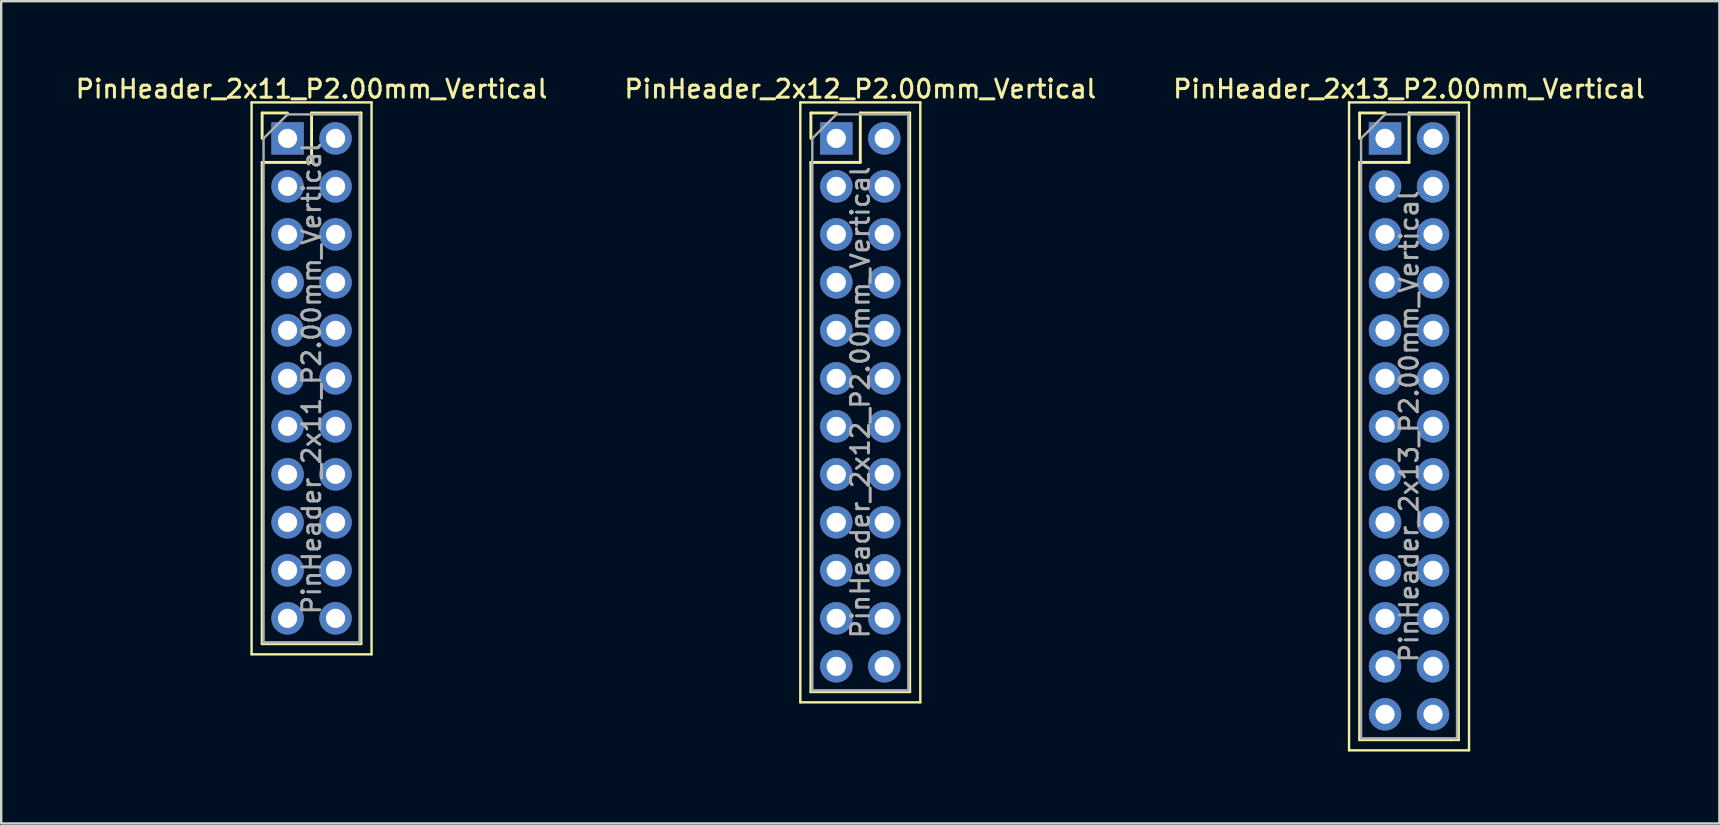
<source format=kicad_pcb>
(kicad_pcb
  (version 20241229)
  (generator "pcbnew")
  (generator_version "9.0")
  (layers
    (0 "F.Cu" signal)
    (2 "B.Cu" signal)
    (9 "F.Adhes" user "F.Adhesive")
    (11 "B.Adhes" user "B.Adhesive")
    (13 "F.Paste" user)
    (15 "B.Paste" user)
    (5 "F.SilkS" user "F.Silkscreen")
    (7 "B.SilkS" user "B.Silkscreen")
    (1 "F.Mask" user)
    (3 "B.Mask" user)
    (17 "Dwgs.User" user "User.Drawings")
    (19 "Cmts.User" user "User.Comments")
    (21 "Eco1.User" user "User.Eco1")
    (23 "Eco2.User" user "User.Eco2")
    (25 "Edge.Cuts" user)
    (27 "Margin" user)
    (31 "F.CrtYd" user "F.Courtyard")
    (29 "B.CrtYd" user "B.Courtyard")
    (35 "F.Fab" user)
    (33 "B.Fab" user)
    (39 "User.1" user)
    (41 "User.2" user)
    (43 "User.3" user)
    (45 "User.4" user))
  (footprint "PinHeader_2x12_P2.00mm_Vertical"
    (layer "F.Cu")
    (at 31.802 2.718)
    (property "Reference" "PinHeader_2x12_P2.00mm_Vertical" (at 1 -2.06 0) (layer "F.SilkS") (effects (font (size 0.75 0.75) (thickness 0.125))))
    (attr through_hole)
    (fp_line (start -1.5 -1.5) (end -1.5 23.5) (stroke (width 0.1) (type solid)) (layer "F.SilkS"))
    (fp_line (start -1.5 23.5) (end 3.5 23.5) (stroke (width 0.1) (type solid)) (layer "F.SilkS"))
    (fp_line (start -1.06 -1.06) (end 0 -1.06) (stroke (width 0.12) (type solid)) (layer "F.SilkS"))
    (fp_line (start -1.06 0) (end -1.06 -1.06) (stroke (width 0.12) (type solid)) (layer "F.SilkS"))
    (fp_line (start -1.06 1) (end -1.06 23.06) (stroke (width 0.12) (type solid)) (layer "F.SilkS"))
    (fp_line (start -1.06 1) (end 1 1) (stroke (width 0.12) (type solid)) (layer "F.SilkS"))
    (fp_line (start -1.06 23.06) (end 3.06 23.06) (stroke (width 0.12) (type solid)) (layer "F.SilkS"))
    (fp_line (start 1 -1.06) (end 3.06 -1.06) (stroke (width 0.12) (type solid)) (layer "F.SilkS"))
    (fp_line (start 1 1) (end 1 -1.06) (stroke (width 0.12) (type solid)) (layer "F.SilkS"))
    (fp_line (start 3.06 -1.06) (end 3.06 23.06) (stroke (width 0.12) (type solid)) (layer "F.SilkS"))
    (fp_line (start 3.5 -1.5) (end -1.5 -1.5) (stroke (width 0.1) (type solid)) (layer "F.SilkS"))
    (fp_line (start 3.5 23.5) (end 3.5 -1.5) (stroke (width 0.1) (type solid)) (layer "F.SilkS"))
    (fp_line (start -1 0) (end 0 -1) (stroke (width 0.1) (type solid)) (layer "F.Fab"))
    (fp_line (start -1 23) (end -1 0) (stroke (width 0.1) (type solid)) (layer "F.Fab"))
    (fp_line (start 0 -1) (end 3 -1) (stroke (width 0.1) (type solid)) (layer "F.Fab"))
    (fp_line (start 3 -1) (end 3 23) (stroke (width 0.1) (type solid)) (layer "F.Fab"))
    (fp_line (start 3 23) (end -1 23) (stroke (width 0.1) (type solid)) (layer "F.Fab"))
    (fp_text user "${REFERENCE}" (at 1 11 90) (layer "F.Fab") (effects (font (size 0.75 0.75) (thickness 0.125))))
    (pad "1" thru_hole rect (at 0 0) (size 1.35 1.35) (drill 0.8) (layers "*.Cu" "*.Mask"))
    (pad "2" thru_hole oval (at 2 0) (size 1.35 1.35) (drill 0.8) (layers "*.Cu" "*.Mask"))
    (pad "3" thru_hole oval (at 0 2) (size 1.35 1.35) (drill 0.8) (layers "*.Cu" "*.Mask"))
    (pad "4" thru_hole oval (at 2 2) (size 1.35 1.35) (drill 0.8) (layers "*.Cu" "*.Mask"))
    (pad "5" thru_hole oval (at 0 4) (size 1.35 1.35) (drill 0.8) (layers "*.Cu" "*.Mask"))
    (pad "6" thru_hole oval (at 2 4) (size 1.35 1.35) (drill 0.8) (layers "*.Cu" "*.Mask"))
    (pad "7" thru_hole oval (at 0 6) (size 1.35 1.35) (drill 0.8) (layers "*.Cu" "*.Mask"))
    (pad "8" thru_hole oval (at 2 6) (size 1.35 1.35) (drill 0.8) (layers "*.Cu" "*.Mask"))
    (pad "9" thru_hole oval (at 0 8) (size 1.35 1.35) (drill 0.8) (layers "*.Cu" "*.Mask"))
    (pad "10" thru_hole oval (at 2 8) (size 1.35 1.35) (drill 0.8) (layers "*.Cu" "*.Mask"))
    (pad "11" thru_hole oval (at 0 10) (size 1.35 1.35) (drill 0.8) (layers "*.Cu" "*.Mask"))
    (pad "12" thru_hole oval (at 2 10) (size 1.35 1.35) (drill 0.8) (layers "*.Cu" "*.Mask"))
    (pad "13" thru_hole oval (at 0 12) (size 1.35 1.35) (drill 0.8) (layers "*.Cu" "*.Mask"))
    (pad "14" thru_hole oval (at 2 12) (size 1.35 1.35) (drill 0.8) (layers "*.Cu" "*.Mask"))
    (pad "15" thru_hole oval (at 0 14) (size 1.35 1.35) (drill 0.8) (layers "*.Cu" "*.Mask"))
    (pad "16" thru_hole oval (at 2 14) (size 1.35 1.35) (drill 0.8) (layers "*.Cu" "*.Mask"))
    (pad "17" thru_hole oval (at 0 16) (size 1.35 1.35) (drill 0.8) (layers "*.Cu" "*.Mask"))
    (pad "18" thru_hole oval (at 2 16) (size 1.35 1.35) (drill 0.8) (layers "*.Cu" "*.Mask"))
    (pad "19" thru_hole oval (at 0 18) (size 1.35 1.35) (drill 0.8) (layers "*.Cu" "*.Mask"))
    (pad "20" thru_hole oval (at 2 18) (size 1.35 1.35) (drill 0.8) (layers "*.Cu" "*.Mask"))
    (pad "21" thru_hole oval (at 0 20) (size 1.35 1.35) (drill 0.8) (layers "*.Cu" "*.Mask"))
    (pad "22" thru_hole oval (at 2 20) (size 1.35 1.35) (drill 0.8) (layers "*.Cu" "*.Mask"))
    (pad "23" thru_hole oval (at 0 22) (size 1.35 1.35) (drill 0.8) (layers "*.Cu" "*.Mask"))
    (pad "24" thru_hole oval (at 2 22) (size 1.35 1.35) (drill 0.8) (layers "*.Cu" "*.Mask")))
  (footprint "PinHeader_2x13_P2.00mm_Vertical"
    (layer "F.Cu")
    (at 54.67 2.718)
    (property "Reference" "PinHeader_2x13_P2.00mm_Vertical" (at 1 -2.06 0) (layer "F.SilkS") (effects (font (size 0.75 0.75) (thickness 0.125))))
    (attr through_hole)
    (fp_line (start -1.5 -1.5) (end -1.5 25.5) (stroke (width 0.1) (type solid)) (layer "F.SilkS"))
    (fp_line (start -1.5 25.5) (end 3.5 25.5) (stroke (width 0.1) (type solid)) (layer "F.SilkS"))
    (fp_line (start -1.06 -1.06) (end 0 -1.06) (stroke (width 0.12) (type solid)) (layer "F.SilkS"))
    (fp_line (start -1.06 0) (end -1.06 -1.06) (stroke (width 0.12) (type solid)) (layer "F.SilkS"))
    (fp_line (start -1.06 1) (end -1.06 25.06) (stroke (width 0.12) (type solid)) (layer "F.SilkS"))
    (fp_line (start -1.06 1) (end 1 1) (stroke (width 0.12) (type solid)) (layer "F.SilkS"))
    (fp_line (start -1.06 25.06) (end 3.06 25.06) (stroke (width 0.12) (type solid)) (layer "F.SilkS"))
    (fp_line (start 1 -1.06) (end 3.06 -1.06) (stroke (width 0.12) (type solid)) (layer "F.SilkS"))
    (fp_line (start 1 1) (end 1 -1.06) (stroke (width 0.12) (type solid)) (layer "F.SilkS"))
    (fp_line (start 3.06 -1.06) (end 3.06 25.06) (stroke (width 0.12) (type solid)) (layer "F.SilkS"))
    (fp_line (start 3.5 -1.5) (end -1.5 -1.5) (stroke (width 0.1) (type solid)) (layer "F.SilkS"))
    (fp_line (start 3.5 25.5) (end 3.5 -1.5) (stroke (width 0.1) (type solid)) (layer "F.SilkS"))
    (fp_line (start -1 0) (end 0 -1) (stroke (width 0.1) (type solid)) (layer "F.Fab"))
    (fp_line (start -1 25) (end -1 0) (stroke (width 0.1) (type solid)) (layer "F.Fab"))
    (fp_line (start 0 -1) (end 3 -1) (stroke (width 0.1) (type solid)) (layer "F.Fab"))
    (fp_line (start 3 -1) (end 3 25) (stroke (width 0.1) (type solid)) (layer "F.Fab"))
    (fp_line (start 3 25) (end -1 25) (stroke (width 0.1) (type solid)) (layer "F.Fab"))
    (fp_text user "${REFERENCE}" (at 1 12 90) (layer "F.Fab") (effects (font (size 0.75 0.75) (thickness 0.125))))
    (pad "1" thru_hole rect (at 0 0) (size 1.35 1.35) (drill 0.8) (layers "*.Cu" "*.Mask"))
    (pad "2" thru_hole oval (at 2 0) (size 1.35 1.35) (drill 0.8) (layers "*.Cu" "*.Mask"))
    (pad "3" thru_hole oval (at 0 2) (size 1.35 1.35) (drill 0.8) (layers "*.Cu" "*.Mask"))
    (pad "4" thru_hole oval (at 2 2) (size 1.35 1.35) (drill 0.8) (layers "*.Cu" "*.Mask"))
    (pad "5" thru_hole oval (at 0 4) (size 1.35 1.35) (drill 0.8) (layers "*.Cu" "*.Mask"))
    (pad "6" thru_hole oval (at 2 4) (size 1.35 1.35) (drill 0.8) (layers "*.Cu" "*.Mask"))
    (pad "7" thru_hole oval (at 0 6) (size 1.35 1.35) (drill 0.8) (layers "*.Cu" "*.Mask"))
    (pad "8" thru_hole oval (at 2 6) (size 1.35 1.35) (drill 0.8) (layers "*.Cu" "*.Mask"))
    (pad "9" thru_hole oval (at 0 8) (size 1.35 1.35) (drill 0.8) (layers "*.Cu" "*.Mask"))
    (pad "10" thru_hole oval (at 2 8) (size 1.35 1.35) (drill 0.8) (layers "*.Cu" "*.Mask"))
    (pad "11" thru_hole oval (at 0 10) (size 1.35 1.35) (drill 0.8) (layers "*.Cu" "*.Mask"))
    (pad "12" thru_hole oval (at 2 10) (size 1.35 1.35) (drill 0.8) (layers "*.Cu" "*.Mask"))
    (pad "13" thru_hole oval (at 0 12) (size 1.35 1.35) (drill 0.8) (layers "*.Cu" "*.Mask"))
    (pad "14" thru_hole oval (at 2 12) (size 1.35 1.35) (drill 0.8) (layers "*.Cu" "*.Mask"))
    (pad "15" thru_hole oval (at 0 14) (size 1.35 1.35) (drill 0.8) (layers "*.Cu" "*.Mask"))
    (pad "16" thru_hole oval (at 2 14) (size 1.35 1.35) (drill 0.8) (layers "*.Cu" "*.Mask"))
    (pad "17" thru_hole oval (at 0 16) (size 1.35 1.35) (drill 0.8) (layers "*.Cu" "*.Mask"))
    (pad "18" thru_hole oval (at 2 16) (size 1.35 1.35) (drill 0.8) (layers "*.Cu" "*.Mask"))
    (pad "19" thru_hole oval (at 0 18) (size 1.35 1.35) (drill 0.8) (layers "*.Cu" "*.Mask"))
    (pad "20" thru_hole oval (at 2 18) (size 1.35 1.35) (drill 0.8) (layers "*.Cu" "*.Mask"))
    (pad "21" thru_hole oval (at 0 20) (size 1.35 1.35) (drill 0.8) (layers "*.Cu" "*.Mask"))
    (pad "22" thru_hole oval (at 2 20) (size 1.35 1.35) (drill 0.8) (layers "*.Cu" "*.Mask"))
    (pad "23" thru_hole oval (at 0 22) (size 1.35 1.35) (drill 0.8) (layers "*.Cu" "*.Mask"))
    (pad "24" thru_hole oval (at 2 22) (size 1.35 1.35) (drill 0.8) (layers "*.Cu" "*.Mask"))
    (pad "25" thru_hole oval (at 0 24) (size 1.35 1.35) (drill 0.8) (layers "*.Cu" "*.Mask"))
    (pad "26" thru_hole oval (at 2 24) (size 1.35 1.35) (drill 0.8) (layers "*.Cu" "*.Mask")))
  (footprint "PinHeader_2x11_P2.00mm_Vertical"
    (layer "F.Cu")
    (at 8.934 2.718)
    (property "Reference" "PinHeader_2x11_P2.00mm_Vertical" (at 1 -2.06 0) (layer "F.SilkS") (effects (font (size 0.75 0.75) (thickness 0.125))))
    (attr through_hole)
    (fp_line (start -1.5 -1.5) (end -1.5 21.5) (stroke (width 0.1) (type solid)) (layer "F.SilkS"))
    (fp_line (start -1.5 21.5) (end 3.5 21.5) (stroke (width 0.1) (type solid)) (layer "F.SilkS"))
    (fp_line (start -1.06 -1.06) (end 0 -1.06) (stroke (width 0.12) (type solid)) (layer "F.SilkS"))
    (fp_line (start -1.06 0) (end -1.06 -1.06) (stroke (width 0.12) (type solid)) (layer "F.SilkS"))
    (fp_line (start -1.06 1) (end -1.06 21.06) (stroke (width 0.12) (type solid)) (layer "F.SilkS"))
    (fp_line (start -1.06 1) (end 1 1) (stroke (width 0.12) (type solid)) (layer "F.SilkS"))
    (fp_line (start -1.06 21.06) (end 3.06 21.06) (stroke (width 0.12) (type solid)) (layer "F.SilkS"))
    (fp_line (start 1 -1.06) (end 3.06 -1.06) (stroke (width 0.12) (type solid)) (layer "F.SilkS"))
    (fp_line (start 1 1) (end 1 -1.06) (stroke (width 0.12) (type solid)) (layer "F.SilkS"))
    (fp_line (start 3.06 -1.06) (end 3.06 21.06) (stroke (width 0.12) (type solid)) (layer "F.SilkS"))
    (fp_line (start 3.5 -1.5) (end -1.5 -1.5) (stroke (width 0.1) (type solid)) (layer "F.SilkS"))
    (fp_line (start 3.5 21.5) (end 3.5 -1.5) (stroke (width 0.1) (type solid)) (layer "F.SilkS"))
    (fp_line (start -1 0) (end 0 -1) (stroke (width 0.1) (type solid)) (layer "F.Fab"))
    (fp_line (start -1 21) (end -1 0) (stroke (width 0.1) (type solid)) (layer "F.Fab"))
    (fp_line (start 0 -1) (end 3 -1) (stroke (width 0.1) (type solid)) (layer "F.Fab"))
    (fp_line (start 3 -1) (end 3 21) (stroke (width 0.1) (type solid)) (layer "F.Fab"))
    (fp_line (start 3 21) (end -1 21) (stroke (width 0.1) (type solid)) (layer "F.Fab"))
    (fp_text user "${REFERENCE}" (at 1 10 90) (layer "F.Fab") (effects (font (size 0.75 0.75) (thickness 0.125))))
    (pad "1" thru_hole rect (at 0 0) (size 1.35 1.35) (drill 0.8) (layers "*.Cu" "*.Mask"))
    (pad "2" thru_hole oval (at 2 0) (size 1.35 1.35) (drill 0.8) (layers "*.Cu" "*.Mask"))
    (pad "3" thru_hole oval (at 0 2) (size 1.35 1.35) (drill 0.8) (layers "*.Cu" "*.Mask"))
    (pad "4" thru_hole oval (at 2 2) (size 1.35 1.35) (drill 0.8) (layers "*.Cu" "*.Mask"))
    (pad "5" thru_hole oval (at 0 4) (size 1.35 1.35) (drill 0.8) (layers "*.Cu" "*.Mask"))
    (pad "6" thru_hole oval (at 2 4) (size 1.35 1.35) (drill 0.8) (layers "*.Cu" "*.Mask"))
    (pad "7" thru_hole oval (at 0 6) (size 1.35 1.35) (drill 0.8) (layers "*.Cu" "*.Mask"))
    (pad "8" thru_hole oval (at 2 6) (size 1.35 1.35) (drill 0.8) (layers "*.Cu" "*.Mask"))
    (pad "9" thru_hole oval (at 0 8) (size 1.35 1.35) (drill 0.8) (layers "*.Cu" "*.Mask"))
    (pad "10" thru_hole oval (at 2 8) (size 1.35 1.35) (drill 0.8) (layers "*.Cu" "*.Mask"))
    (pad "11" thru_hole oval (at 0 10) (size 1.35 1.35) (drill 0.8) (layers "*.Cu" "*.Mask"))
    (pad "12" thru_hole oval (at 2 10) (size 1.35 1.35) (drill 0.8) (layers "*.Cu" "*.Mask"))
    (pad "13" thru_hole oval (at 0 12) (size 1.35 1.35) (drill 0.8) (layers "*.Cu" "*.Mask"))
    (pad "14" thru_hole oval (at 2 12) (size 1.35 1.35) (drill 0.8) (layers "*.Cu" "*.Mask"))
    (pad "15" thru_hole oval (at 0 14) (size 1.35 1.35) (drill 0.8) (layers "*.Cu" "*.Mask"))
    (pad "16" thru_hole oval (at 2 14) (size 1.35 1.35) (drill 0.8) (layers "*.Cu" "*.Mask"))
    (pad "17" thru_hole oval (at 0 16) (size 1.35 1.35) (drill 0.8) (layers "*.Cu" "*.Mask"))
    (pad "18" thru_hole oval (at 2 16) (size 1.35 1.35) (drill 0.8) (layers "*.Cu" "*.Mask"))
    (pad "19" thru_hole oval (at 0 18) (size 1.35 1.35) (drill 0.8) (layers "*.Cu" "*.Mask"))
    (pad "20" thru_hole oval (at 2 18) (size 1.35 1.35) (drill 0.8) (layers "*.Cu" "*.Mask"))
    (pad "21" thru_hole oval (at 0 20) (size 1.35 1.35) (drill 0.8) (layers "*.Cu" "*.Mask"))
    (pad "22" thru_hole oval (at 2 20) (size 1.35 1.35) (drill 0.8) (layers "*.Cu" "*.Mask")))
  (gr_rect
    (start -3 -3)
    (end 68.604 31.268)
    (stroke (width 0.1) (type default))
    (fill no)
    (layer "Edge.Cuts")))
</source>
